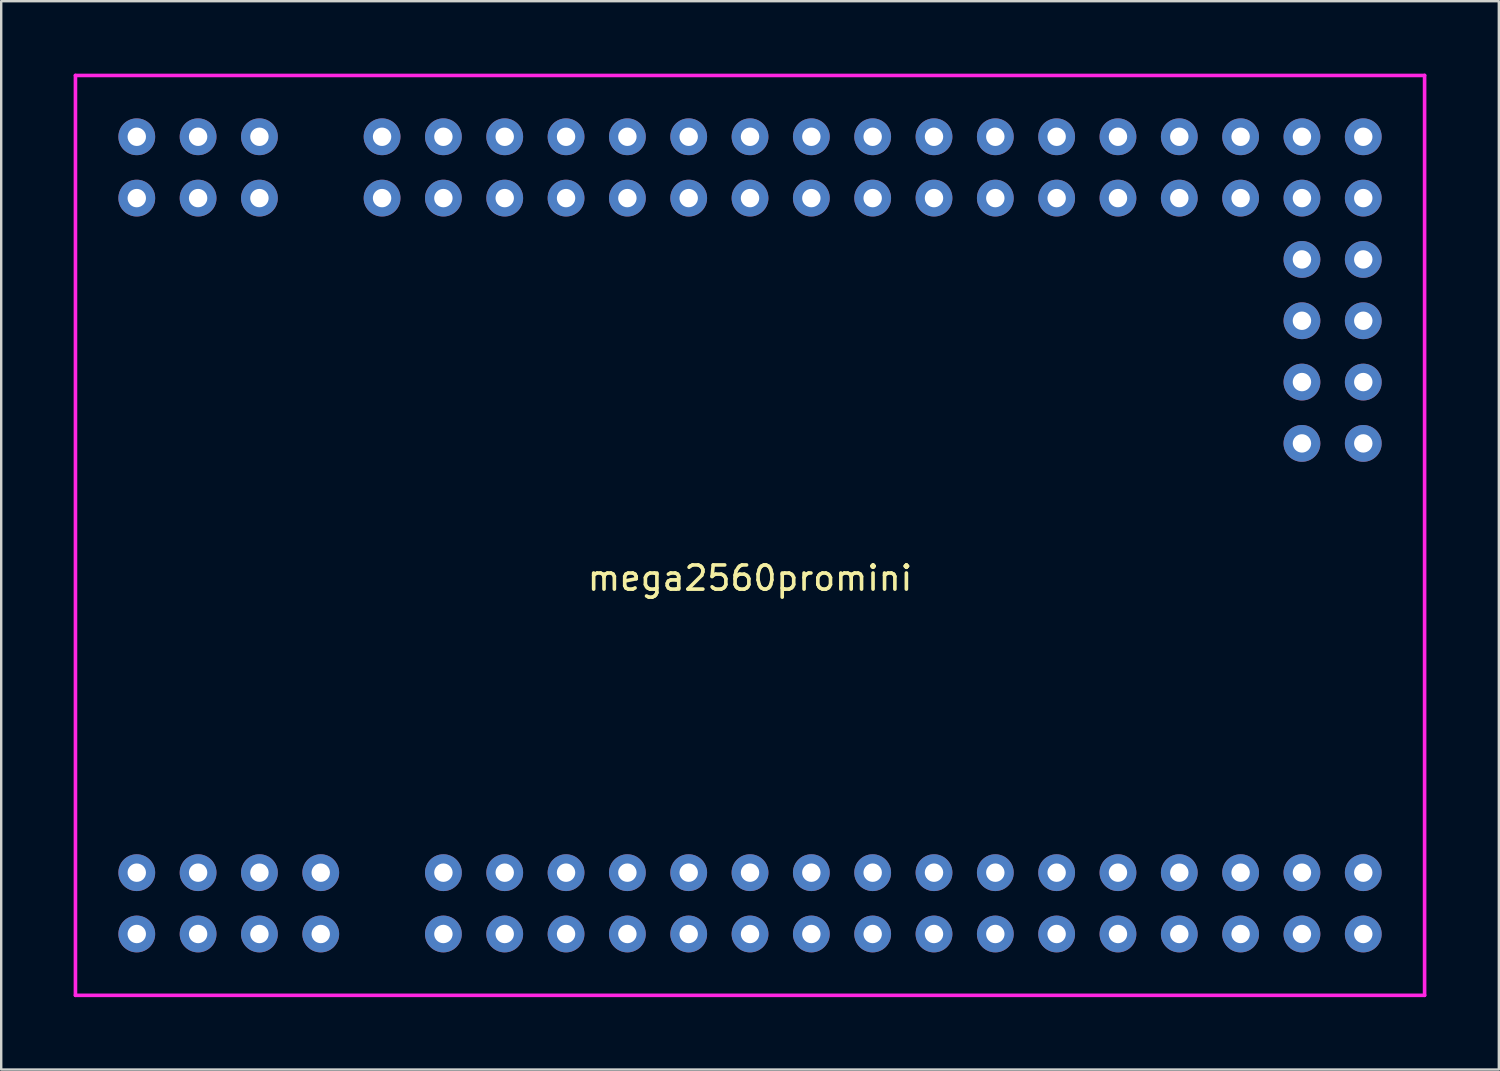
<source format=kicad_pcb>
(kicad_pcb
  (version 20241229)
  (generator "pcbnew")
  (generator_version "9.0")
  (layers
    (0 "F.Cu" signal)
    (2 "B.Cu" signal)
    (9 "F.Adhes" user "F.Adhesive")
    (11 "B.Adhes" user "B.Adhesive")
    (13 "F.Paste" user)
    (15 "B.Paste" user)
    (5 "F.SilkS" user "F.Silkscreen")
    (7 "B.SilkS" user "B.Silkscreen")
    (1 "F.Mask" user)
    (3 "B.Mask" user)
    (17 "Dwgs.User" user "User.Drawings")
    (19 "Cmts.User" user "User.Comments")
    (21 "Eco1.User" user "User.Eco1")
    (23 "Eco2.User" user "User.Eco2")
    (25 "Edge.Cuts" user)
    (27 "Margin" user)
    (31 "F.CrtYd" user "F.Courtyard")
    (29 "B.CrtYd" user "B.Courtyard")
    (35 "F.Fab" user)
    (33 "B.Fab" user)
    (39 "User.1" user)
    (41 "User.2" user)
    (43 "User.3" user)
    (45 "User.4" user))
  (footprint "mega2560promini"
    (layer "F.Cu")
    (at 28.015 20.395)
    (property "Reference" "mega2560promini" (at 0 0.5 0) (layer "F.SilkS") (effects (font (size 1 1) (thickness 0.15))))
    (attr through_hole)
    (fp_line (start -27.94 -20.32) (end 27.94 -20.32) (stroke (width 0.15) (type solid)) (layer "F.CrtYd"))
    (fp_line (start -27.94 17.78) (end -27.94 -20.32) (stroke (width 0.15) (type solid)) (layer "F.CrtYd"))
    (fp_line (start 27.94 -20.32) (end 27.94 17.78) (stroke (width 0.15) (type solid)) (layer "F.CrtYd"))
    (fp_line (start 27.94 17.78) (end -27.94 17.78) (stroke (width 0.15) (type solid)) (layer "F.CrtYd"))
    (pad "" thru_hole circle (at 0 15.24) (size 1.524 1.524) (drill 0.762) (layers "*.Cu" "*.Mask"))
    (pad "1" thru_hole circle (at 0 12.7) (size 1.524 1.524) (drill 0.762) (layers "*.Cu" "*.Mask"))
    (pad "2" thru_hole circle (at 2.54 12.7) (size 1.524 1.524) (drill 0.762) (layers "*.Cu" "*.Mask"))
    (pad "3" thru_hole circle (at 2.54 15.24) (size 1.524 1.524) (drill 0.762) (layers "*.Cu" "*.Mask"))
    (pad "4" thru_hole circle (at 5.08 12.7) (size 1.524 1.524) (drill 0.762) (layers "*.Cu" "*.Mask"))
    (pad "5" thru_hole circle (at 5.08 15.24) (size 1.524 1.524) (drill 0.762) (layers "*.Cu" "*.Mask"))
    (pad "6" thru_hole circle (at 7.62 12.7) (size 1.524 1.524) (drill 0.762) (layers "*.Cu" "*.Mask"))
    (pad "7" thru_hole circle (at 7.62 15.24) (size 1.524 1.524) (drill 0.762) (layers "*.Cu" "*.Mask"))
    (pad "8" thru_hole circle (at 10.16 12.7) (size 1.524 1.524) (drill 0.762) (layers "*.Cu" "*.Mask"))
    (pad "9" thru_hole circle (at 10.16 15.24) (size 1.524 1.524) (drill 0.762) (layers "*.Cu" "*.Mask"))
    (pad "10" thru_hole circle (at 12.7 12.7) (size 1.524 1.524) (drill 0.762) (layers "*.Cu" "*.Mask"))
    (pad "11" thru_hole circle (at 12.7 15.24) (size 1.524 1.524) (drill 0.762) (layers "*.Cu" "*.Mask"))
    (pad "12" thru_hole circle (at 15.24 12.7) (size 1.524 1.524) (drill 0.762) (layers "*.Cu" "*.Mask"))
    (pad "13" thru_hole circle (at 15.24 15.24) (size 1.524 1.524) (drill 0.762) (layers "*.Cu" "*.Mask"))
    (pad "14" thru_hole circle (at 17.78 12.7) (size 1.524 1.524) (drill 0.762) (layers "*.Cu" "*.Mask"))
    (pad "15" thru_hole circle (at 17.78 15.24) (size 1.524 1.524) (drill 0.762) (layers "*.Cu" "*.Mask"))
    (pad "16" thru_hole circle (at 20.32 12.7) (size 1.524 1.524) (drill 0.762) (layers "*.Cu" "*.Mask"))
    (pad "17" thru_hole circle (at 20.32 15.24) (size 1.524 1.524) (drill 0.762) (layers "*.Cu" "*.Mask"))
    (pad "18" thru_hole circle (at 22.86 12.7) (size 1.524 1.524) (drill 0.762) (layers "*.Cu" "*.Mask"))
    (pad "19" thru_hole circle (at 22.86 15.24) (size 1.524 1.524) (drill 0.762) (layers "*.Cu" "*.Mask"))
    (pad "20" thru_hole circle (at 25.4 12.7) (size 1.524 1.524) (drill 0.762) (layers "*.Cu" "*.Mask"))
    (pad "21" thru_hole circle (at 25.4 -17.78) (size 1.524 1.524) (drill 0.762) (layers "*.Cu" "*.Mask"))
    (pad "22" thru_hole circle (at 22.86 -17.78) (size 1.524 1.524) (drill 0.762) (layers "*.Cu" "*.Mask"))
    (pad "23" thru_hole circle (at 22.86 -15.24) (size 1.524 1.524) (drill 0.762) (layers "*.Cu" "*.Mask"))
    (pad "24" thru_hole circle (at 25.4 -15.24) (size 1.524 1.524) (drill 0.762) (layers "*.Cu" "*.Mask"))
    (pad "25" thru_hole circle (at 25.4 -12.7) (size 1.524 1.524) (drill 0.762) (layers "*.Cu" "*.Mask"))
    (pad "26" thru_hole circle (at 25.4 -10.16) (size 1.524 1.524) (drill 0.762) (layers "*.Cu" "*.Mask"))
    (pad "27" thru_hole circle (at 25.4 -7.62) (size 1.524 1.524) (drill 0.762) (layers "*.Cu" "*.Mask"))
    (pad "28" thru_hole circle (at 25.4 -5.08) (size 1.524 1.524) (drill 0.762) (layers "*.Cu" "*.Mask"))
    (pad "29" thru_hole circle (at 22.86 -5.08) (size 1.524 1.524) (drill 0.762) (layers "*.Cu" "*.Mask"))
    (pad "30" thru_hole circle (at 22.86 -7.62) (size 1.524 1.524) (drill 0.762) (layers "*.Cu" "*.Mask"))
    (pad "31" thru_hole circle (at 22.86 -10.16) (size 1.524 1.524) (drill 0.762) (layers "*.Cu" "*.Mask"))
    (pad "32" thru_hole circle (at 22.86 -12.7) (size 1.524 1.524) (drill 0.762) (layers "*.Cu" "*.Mask"))
    (pad "33" thru_hole circle (at 20.32 -15.24) (size 1.524 1.524) (drill 0.762) (layers "*.Cu" "*.Mask"))
    (pad "34" thru_hole circle (at 20.32 -17.78) (size 1.524 1.524) (drill 0.762) (layers "*.Cu" "*.Mask"))
    (pad "35" thru_hole circle (at 17.78 -17.78) (size 1.524 1.524) (drill 0.762) (layers "*.Cu" "*.Mask"))
    (pad "36" thru_hole circle (at 17.78 -15.24) (size 1.524 1.524) (drill 0.762) (layers "*.Cu" "*.Mask"))
    (pad "37" thru_hole circle (at 25.4 15.24) (size 1.524 1.524) (drill 0.762) (layers "*.Cu" "*.Mask"))
    (pad "38" thru_hole circle (at 15.24 -17.78) (size 1.524 1.524) (drill 0.762) (layers "*.Cu" "*.Mask"))
    (pad "39" thru_hole circle (at 15.24 -15.24) (size 1.524 1.524) (drill 0.762) (layers "*.Cu" "*.Mask"))
    (pad "40" thru_hole circle (at 12.7 -17.78) (size 1.524 1.524) (drill 0.762) (layers "*.Cu" "*.Mask"))
    (pad "41" thru_hole circle (at 12.7 -15.24) (size 1.524 1.524) (drill 0.762) (layers "*.Cu" "*.Mask"))
    (pad "42" thru_hole circle (at 10.16 -17.78) (size 1.524 1.524) (drill 0.762) (layers "*.Cu" "*.Mask"))
    (pad "43" thru_hole circle (at 10.16 -15.24) (size 1.524 1.524) (drill 0.762) (layers "*.Cu" "*.Mask"))
    (pad "44" thru_hole circle (at 7.62 -17.78) (size 1.524 1.524) (drill 0.762) (layers "*.Cu" "*.Mask"))
    (pad "45" thru_hole circle (at 7.62 -15.24) (size 1.524 1.524) (drill 0.762) (layers "*.Cu" "*.Mask"))
    (pad "46" thru_hole circle (at 5.08 -17.78) (size 1.524 1.524) (drill 0.762) (layers "*.Cu" "*.Mask"))
    (pad "47" thru_hole circle (at 5.08 -15.24) (size 1.524 1.524) (drill 0.762) (layers "*.Cu" "*.Mask"))
    (pad "48" thru_hole circle (at 2.54 -15.24) (size 1.524 1.524) (drill 0.762) (layers "*.Cu" "*.Mask"))
    (pad "49" thru_hole circle (at 2.54 -17.78) (size 1.524 1.524) (drill 0.762) (layers "*.Cu" "*.Mask"))
    (pad "50" thru_hole circle (at 0 -15.24) (size 1.524 1.524) (drill 0.762) (layers "*.Cu" "*.Mask"))
    (pad "51" thru_hole circle (at 0 -17.78) (size 1.524 1.524) (drill 0.762) (layers "*.Cu" "*.Mask"))
    (pad "52" thru_hole circle (at -2.54 12.7) (size 1.524 1.524) (drill 0.762) (layers "*.Cu" "*.Mask"))
    (pad "53" thru_hole circle (at -5.08 12.7) (size 1.524 1.524) (drill 0.762) (layers "*.Cu" "*.Mask"))
    (pad "54" thru_hole circle (at -7.62 12.7) (size 1.524 1.524) (drill 0.762) (layers "*.Cu" "*.Mask"))
    (pad "55" thru_hole circle (at -10.16 12.7) (size 1.524 1.524) (drill 0.762) (layers "*.Cu" "*.Mask"))
    (pad "56" thru_hole circle (at -12.7 12.7) (size 1.524 1.524) (drill 0.762) (layers "*.Cu" "*.Mask"))
    (pad "57" thru_hole circle (at -7.62 -15.24) (size 1.524 1.524) (drill 0.762) (layers "*.Cu" "*.Mask"))
    (pad "58" thru_hole circle (at -22.86 12.7) (size 1.524 1.524) (drill 0.762) (layers "*.Cu" "*.Mask"))
    (pad "59" thru_hole circle (at -20.32 12.7) (size 1.524 1.524) (drill 0.762) (layers "*.Cu" "*.Mask"))
    (pad "60" thru_hole circle (at -25.4 12.7) (size 1.524 1.524) (drill 0.762) (layers "*.Cu" "*.Mask"))
    (pad "61" thru_hole circle (at -2.54 -17.78) (size 1.524 1.524) (drill 0.762) (layers "*.Cu" "*.Mask"))
    (pad "62" thru_hole circle (at -2.54 -15.24) (size 1.524 1.524) (drill 0.762) (layers "*.Cu" "*.Mask"))
    (pad "63" thru_hole circle (at -5.08 -17.78) (size 1.524 1.524) (drill 0.762) (layers "*.Cu" "*.Mask"))
    (pad "64" thru_hole circle (at -5.08 -15.24) (size 1.524 1.524) (drill 0.762) (layers "*.Cu" "*.Mask"))
    (pad "65" thru_hole circle (at -7.62 -17.78) (size 1.524 1.524) (drill 0.762) (layers "*.Cu" "*.Mask"))
    (pad "66" thru_hole circle (at -10.16 -17.78) (size 1.524 1.524) (drill 0.762) (layers "*.Cu" "*.Mask"))
    (pad "67" thru_hole circle (at -12.7 -17.78) (size 1.524 1.524) (drill 0.762) (layers "*.Cu" "*.Mask"))
    (pad "68" thru_hole circle (at -15.24 -17.78) (size 1.524 1.524) (drill 0.762) (layers "*.Cu" "*.Mask"))
    (pad "69" thru_hole circle (at -20.32 -17.78) (size 1.524 1.524) (drill 0.762) (layers "*.Cu" "*.Mask"))
    (pad "70" thru_hole circle (at -22.86 -17.78) (size 1.524 1.524) (drill 0.762) (layers "*.Cu" "*.Mask"))
    (pad "71" thru_hole circle (at -25.4 -17.78) (size 1.524 1.524) (drill 0.762) (layers "*.Cu" "*.Mask"))
    (pad "72" thru_hole circle (at -25.4 -15.24) (size 1.524 1.524) (drill 0.762) (layers "*.Cu" "*.Mask"))
    (pad "73" thru_hole circle (at -22.86 -15.24) (size 1.524 1.524) (drill 0.762) (layers "*.Cu" "*.Mask"))
    (pad "74" thru_hole circle (at -20.32 -15.24) (size 1.524 1.524) (drill 0.762) (layers "*.Cu" "*.Mask"))
    (pad "75" thru_hole circle (at -17.78 12.7) (size 1.524 1.524) (drill 0.762) (layers "*.Cu" "*.Mask"))
    (pad "76" thru_hole circle (at -10.16 -15.24) (size 1.524 1.524) (drill 0.762) (layers "*.Cu" "*.Mask"))
    (pad "77" thru_hole circle (at -12.7 -15.24) (size 1.524 1.524) (drill 0.762) (layers "*.Cu" "*.Mask"))
    (pad "78" thru_hole circle (at -15.24 -15.24) (size 1.524 1.524) (drill 0.762) (layers "*.Cu" "*.Mask"))
    (pad "79" thru_hole circle (at -25.4 15.24) (size 1.524 1.524) (drill 0.762) (layers "*.Cu" "*.Mask"))
    (pad "80" thru_hole circle (at -22.86 15.24) (size 1.524 1.524) (drill 0.762) (layers "*.Cu" "*.Mask"))
    (pad "81" thru_hole circle (at -20.32 15.24) (size 1.524 1.524) (drill 0.762) (layers "*.Cu" "*.Mask"))
    (pad "82" thru_hole circle (at -17.78 15.24) (size 1.524 1.524) (drill 0.762) (layers "*.Cu" "*.Mask"))
    (pad "83" thru_hole circle (at -12.7 15.24) (size 1.524 1.524) (drill 0.762) (layers "*.Cu" "*.Mask"))
    (pad "84" thru_hole circle (at -10.16 15.24) (size 1.524 1.524) (drill 0.762) (layers "*.Cu" "*.Mask"))
    (pad "85" thru_hole circle (at -7.62 15.24) (size 1.524 1.524) (drill 0.762) (layers "*.Cu" "*.Mask"))
    (pad "86" thru_hole circle (at -5.08 15.24) (size 1.524 1.524) (drill 0.762) (layers "*.Cu" "*.Mask"))
    (pad "87" thru_hole circle (at -2.54 15.24) (size 1.524 1.524) (drill 0.762) (layers "*.Cu" "*.Mask")))
  (gr_rect
    (start -3 -3)
    (end 59.03 41.25)
    (stroke (width 0.1) (type default))
    (fill no)
    (layer "Edge.Cuts")))
</source>
